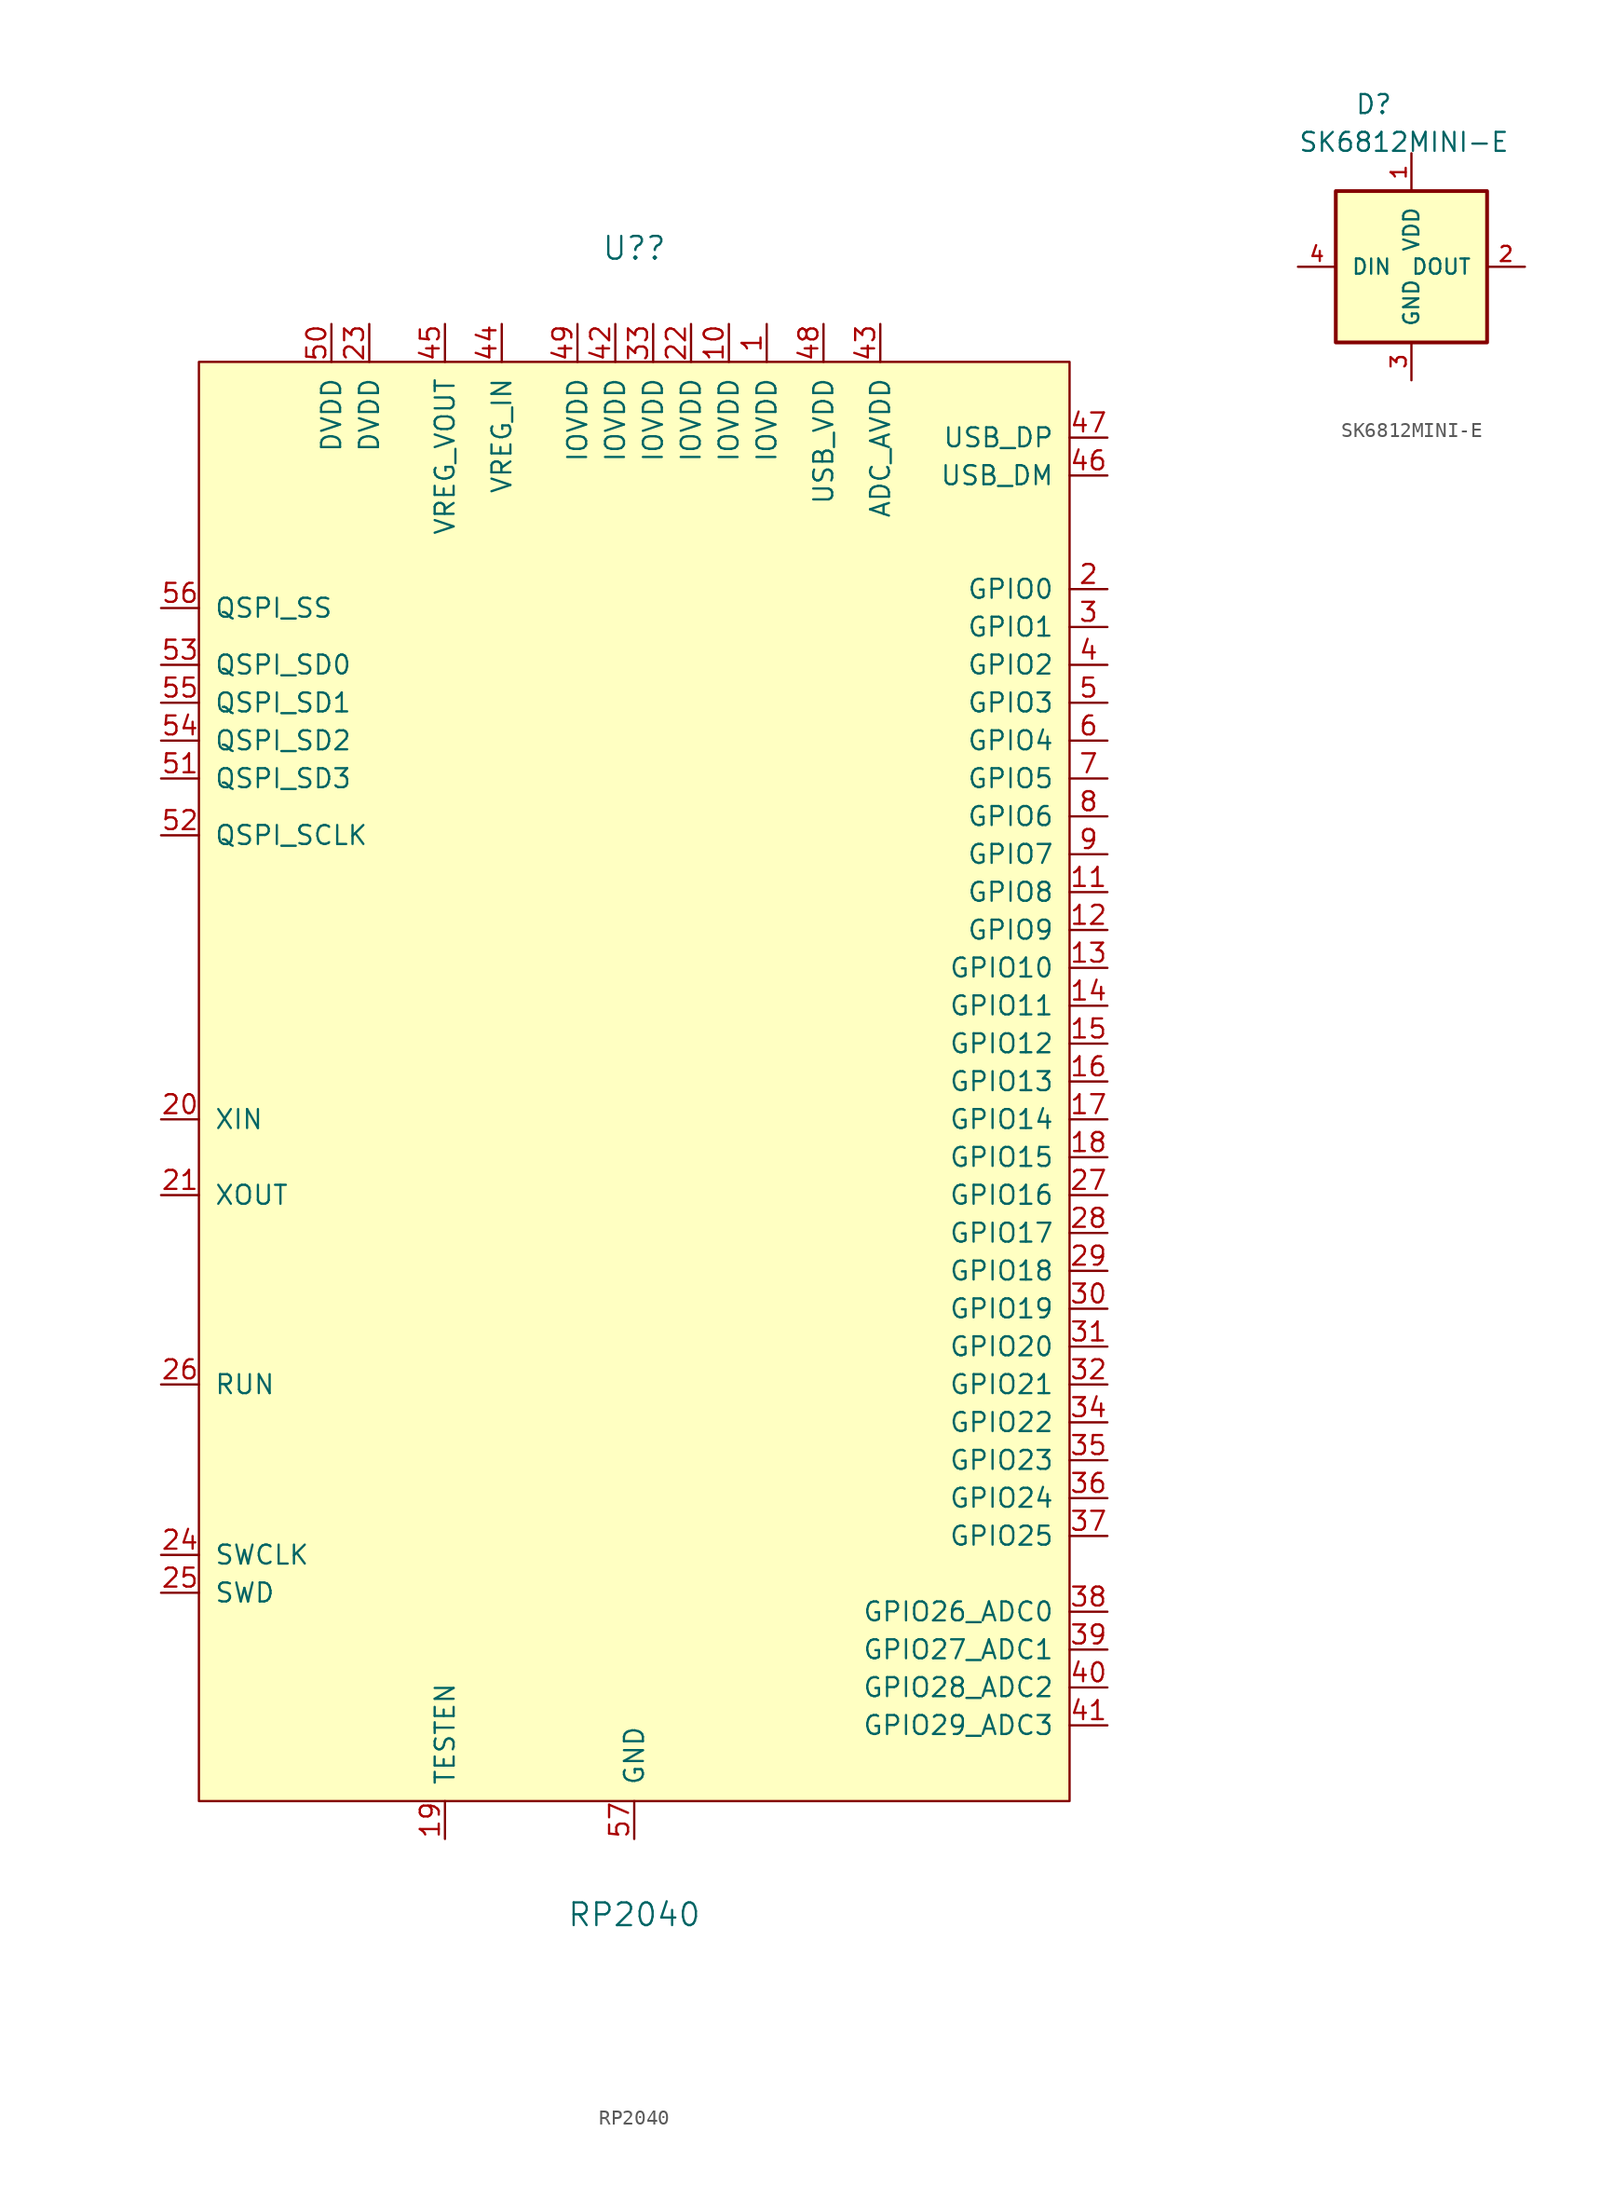
<source format=kicad_sym>
(kicad_symbol_lib
  (version 20211014)
  (generator kicad_symbol_editor)
  (symbol "RP2040"
    (pin_names
      (offset 1.016))
    (property "Reference" "U?"
      (at 0 58.42 0)
      (effects (font (size 1.524 1.524))))
    (property "Value" "RP2040"
      (at 0 -53.34 0)
      (effects (font (size 1.524 1.524))))
    (symbol "RP2040_1_1"
      (rectangle (start -29.21 50.8) (end 29.21 -45.72) (stroke (width 0) (type default) (color 0 0 0 0)) (fill (type background)))
      (pin input line (at 8.89 53.34 270) (length 2.54) (name "IOVDD" (effects (font (size 1.27 1.27)))) (number "1" (effects (font (size 1.27 1.27)))))
      (pin input line (at 6.35 53.34 270) (length 2.54) (name "IOVDD" (effects (font (size 1.27 1.27)))) (number "10" (effects (font (size 1.27 1.27)))))
      (pin bidirectional line (at 31.75 15.24 180) (length 2.54) (name "GPIO8" (effects (font (size 1.27 1.27)))) (number "11" (effects (font (size 1.27 1.27)))))
      (pin bidirectional line (at 31.75 12.7 180) (length 2.54) (name "GPIO9" (effects (font (size 1.27 1.27)))) (number "12" (effects (font (size 1.27 1.27)))))
      (pin bidirectional line (at 31.75 10.16 180) (length 2.54) (name "GPIO10" (effects (font (size 1.27 1.27)))) (number "13" (effects (font (size 1.27 1.27)))))
      (pin bidirectional line (at 31.75 7.62 180) (length 2.54) (name "GPIO11" (effects (font (size 1.27 1.27)))) (number "14" (effects (font (size 1.27 1.27)))))
      (pin bidirectional line (at 31.75 5.08 180) (length 2.54) (name "GPIO12" (effects (font (size 1.27 1.27)))) (number "15" (effects (font (size 1.27 1.27)))))
      (pin bidirectional line (at 31.75 2.54 180) (length 2.54) (name "GPIO13" (effects (font (size 1.27 1.27)))) (number "16" (effects (font (size 1.27 1.27)))))
      (pin bidirectional line (at 31.75 0 180) (length 2.54) (name "GPIO14" (effects (font (size 1.27 1.27)))) (number "17" (effects (font (size 1.27 1.27)))))
      (pin bidirectional line (at 31.75 -2.54 180) (length 2.54) (name "GPIO15" (effects (font (size 1.27 1.27)))) (number "18" (effects (font (size 1.27 1.27)))))
      (pin passive line (at -12.7 -48.26 90) (length 2.54) (name "TESTEN" (effects (font (size 1.27 1.27)))) (number "19" (effects (font (size 1.27 1.27)))))
      (pin bidirectional line (at 31.75 35.56 180) (length 2.54) (name "GPIO0" (effects (font (size 1.27 1.27)))) (number "2" (effects (font (size 1.27 1.27)))))
      (pin input line (at -31.75 0 0) (length 2.54) (name "XIN" (effects (font (size 1.27 1.27)))) (number "20" (effects (font (size 1.27 1.27)))))
      (pin output line (at -31.75 -5.08 0) (length 2.54) (name "XOUT" (effects (font (size 1.27 1.27)))) (number "21" (effects (font (size 1.27 1.27)))))
      (pin input line (at 3.81 53.34 270) (length 2.54) (name "IOVDD" (effects (font (size 1.27 1.27)))) (number "22" (effects (font (size 1.27 1.27)))))
      (pin input line (at -17.78 53.34 270) (length 2.54) (name "DVDD" (effects (font (size 1.27 1.27)))) (number "23" (effects (font (size 1.27 1.27)))))
      (pin output line (at -31.75 -29.21 0) (length 2.54) (name "SWCLK" (effects (font (size 1.27 1.27)))) (number "24" (effects (font (size 1.27 1.27)))))
      (pin bidirectional line (at -31.75 -31.75 0) (length 2.54) (name "SWD" (effects (font (size 1.27 1.27)))) (number "25" (effects (font (size 1.27 1.27)))))
      (pin input line (at -31.75 -17.78 0) (length 2.54) (name "RUN" (effects (font (size 1.27 1.27)))) (number "26" (effects (font (size 1.27 1.27)))))
      (pin bidirectional line (at 31.75 -5.08 180) (length 2.54) (name "GPIO16" (effects (font (size 1.27 1.27)))) (number "27" (effects (font (size 1.27 1.27)))))
      (pin bidirectional line (at 31.75 -7.62 180) (length 2.54) (name "GPIO17" (effects (font (size 1.27 1.27)))) (number "28" (effects (font (size 1.27 1.27)))))
      (pin bidirectional line (at 31.75 -10.16 180) (length 2.54) (name "GPIO18" (effects (font (size 1.27 1.27)))) (number "29" (effects (font (size 1.27 1.27)))))
      (pin bidirectional line (at 31.75 33.02 180) (length 2.54) (name "GPIO1" (effects (font (size 1.27 1.27)))) (number "3" (effects (font (size 1.27 1.27)))))
      (pin bidirectional line (at 31.75 -12.7 180) (length 2.54) (name "GPIO19" (effects (font (size 1.27 1.27)))) (number "30" (effects (font (size 1.27 1.27)))))
      (pin bidirectional line (at 31.75 -15.24 180) (length 2.54) (name "GPIO20" (effects (font (size 1.27 1.27)))) (number "31" (effects (font (size 1.27 1.27)))))
      (pin bidirectional line (at 31.75 -17.78 180) (length 2.54) (name "GPIO21" (effects (font (size 1.27 1.27)))) (number "32" (effects (font (size 1.27 1.27)))))
      (pin input line (at 1.27 53.34 270) (length 2.54) (name "IOVDD" (effects (font (size 1.27 1.27)))) (number "33" (effects (font (size 1.27 1.27)))))
      (pin bidirectional line (at 31.75 -20.32 180) (length 2.54) (name "GPIO22" (effects (font (size 1.27 1.27)))) (number "34" (effects (font (size 1.27 1.27)))))
      (pin bidirectional line (at 31.75 -22.86 180) (length 2.54) (name "GPIO23" (effects (font (size 1.27 1.27)))) (number "35" (effects (font (size 1.27 1.27)))))
      (pin bidirectional line (at 31.75 -25.4 180) (length 2.54) (name "GPIO24" (effects (font (size 1.27 1.27)))) (number "36" (effects (font (size 1.27 1.27)))))
      (pin bidirectional line (at 31.75 -27.94 180) (length 2.54) (name "GPIO25" (effects (font (size 1.27 1.27)))) (number "37" (effects (font (size 1.27 1.27)))))
      (pin bidirectional line (at 31.75 -33.02 180) (length 2.54) (name "GPIO26_ADC0" (effects (font (size 1.27 1.27)))) (number "38" (effects (font (size 1.27 1.27)))))
      (pin bidirectional line (at 31.75 -35.56 180) (length 2.54) (name "GPIO27_ADC1" (effects (font (size 1.27 1.27)))) (number "39" (effects (font (size 1.27 1.27)))))
      (pin bidirectional line (at 31.75 30.48 180) (length 2.54) (name "GPIO2" (effects (font (size 1.27 1.27)))) (number "4" (effects (font (size 1.27 1.27)))))
      (pin bidirectional line (at 31.75 -38.1 180) (length 2.54) (name "GPIO28_ADC2" (effects (font (size 1.27 1.27)))) (number "40" (effects (font (size 1.27 1.27)))))
      (pin bidirectional line (at 31.75 -40.64 180) (length 2.54) (name "GPIO29_ADC3" (effects (font (size 1.27 1.27)))) (number "41" (effects (font (size 1.27 1.27)))))
      (pin input line (at -1.27 53.34 270) (length 2.54) (name "IOVDD" (effects (font (size 1.27 1.27)))) (number "42" (effects (font (size 1.27 1.27)))))
      (pin input line (at 16.51 53.34 270) (length 2.54) (name "ADC_AVDD" (effects (font (size 1.27 1.27)))) (number "43" (effects (font (size 1.27 1.27)))))
      (pin input line (at -8.89 53.34 270) (length 2.54) (name "VREG_IN" (effects (font (size 1.27 1.27)))) (number "44" (effects (font (size 1.27 1.27)))))
      (pin input line (at -12.7 53.34 270) (length 2.54) (name "VREG_VOUT" (effects (font (size 1.27 1.27)))) (number "45" (effects (font (size 1.27 1.27)))))
      (pin bidirectional line (at 31.75 43.18 180) (length 2.54) (name "USB_DM" (effects (font (size 1.27 1.27)))) (number "46" (effects (font (size 1.27 1.27)))))
      (pin bidirectional line (at 31.75 45.72 180) (length 2.54) (name "USB_DP" (effects (font (size 1.27 1.27)))) (number "47" (effects (font (size 1.27 1.27)))))
      (pin input line (at 12.7 53.34 270) (length 2.54) (name "USB_VDD" (effects (font (size 1.27 1.27)))) (number "48" (effects (font (size 1.27 1.27)))))
      (pin input line (at -3.81 53.34 270) (length 2.54) (name "IOVDD" (effects (font (size 1.27 1.27)))) (number "49" (effects (font (size 1.27 1.27)))))
      (pin bidirectional line (at 31.75 27.94 180) (length 2.54) (name "GPIO3" (effects (font (size 1.27 1.27)))) (number "5" (effects (font (size 1.27 1.27)))))
      (pin input line (at -20.32 53.34 270) (length 2.54) (name "DVDD" (effects (font (size 1.27 1.27)))) (number "50" (effects (font (size 1.27 1.27)))))
      (pin bidirectional line (at -31.75 22.86 0) (length 2.54) (name "QSPI_SD3" (effects (font (size 1.27 1.27)))) (number "51" (effects (font (size 1.27 1.27)))))
      (pin output line (at -31.75 19.05 0) (length 2.54) (name "QSPI_SCLK" (effects (font (size 1.27 1.27)))) (number "52" (effects (font (size 1.27 1.27)))))
      (pin bidirectional line (at -31.75 30.48 0) (length 2.54) (name "QSPI_SD0" (effects (font (size 1.27 1.27)))) (number "53" (effects (font (size 1.27 1.27)))))
      (pin bidirectional line (at -31.75 25.4 0) (length 2.54) (name "QSPI_SD2" (effects (font (size 1.27 1.27)))) (number "54" (effects (font (size 1.27 1.27)))))
      (pin bidirectional line (at -31.75 27.94 0) (length 2.54) (name "QSPI_SD1" (effects (font (size 1.27 1.27)))) (number "55" (effects (font (size 1.27 1.27)))))
      (pin bidirectional line (at -31.75 34.29 0) (length 2.54) (name "QSPI_SS" (effects (font (size 1.27 1.27)))) (number "56" (effects (font (size 1.27 1.27)))))
      (pin power_in line (at 0 -48.26 90) (length 2.54) (name "GND" (effects (font (size 1.27 1.27)))) (number "57" (effects (font (size 1.27 1.27)))))
      (pin bidirectional line (at 31.75 25.4 180) (length 2.54) (name "GPIO4" (effects (font (size 1.27 1.27)))) (number "6" (effects (font (size 1.27 1.27)))))
      (pin bidirectional line (at 31.75 22.86 180) (length 2.54) (name "GPIO5" (effects (font (size 1.27 1.27)))) (number "7" (effects (font (size 1.27 1.27)))))
      (pin bidirectional line (at 31.75 20.32 180) (length 2.54) (name "GPIO6" (effects (font (size 1.27 1.27)))) (number "8" (effects (font (size 1.27 1.27)))))
      (pin bidirectional line (at 31.75 17.78 180) (length 2.54) (name "GPIO7" (effects (font (size 1.27 1.27)))) (number "9" (effects (font (size 1.27 1.27)))))))
  (symbol "SK6812MINI-E"
    (pin_names
      (offset 1.016))
    (property "Reference" "D"
      (at -3.81 8.89 0)
      (effects (font (size 1.27 1.27)) (justify left bottom)))
    (property "Value" "SK6812MINI-E"
      (at -7.62 6.35 0)
      (effects (font (size 1.27 1.27)) (justify left bottom)))
    (property "ki_locked" ""
      (at 0 0 0)
      (effects (font (size 1.27 1.27))))
    (symbol "SK6812MINI-E_0_0"
      (rectangle (start -5.08 3.81) (end 5.08 -6.35) (stroke (width 0.254) (type default) (color 0 0 0 0)) (fill (type background)))
      (pin power_in line (at 0 6.35 270) (length 2.54) (name "VDD" (effects (font (size 1.016 1.016)))) (number "1" (effects (font (size 1.016 1.016)))))
      (pin output line (at 7.62 -1.27 180) (length 2.54) (name "DOUT" (effects (font (size 1.016 1.016)))) (number "2" (effects (font (size 1.016 1.016)))))
      (pin power_in line (at 0 -8.89 90) (length 2.54) (name "GND" (effects (font (size 1.016 1.016)))) (number "3" (effects (font (size 1.016 1.016)))))
      (pin input line (at -7.62 -1.27 0) (length 2.54) (name "DIN" (effects (font (size 1.016 1.016)))) (number "4" (effects (font (size 1.016 1.016))))))))
</source>
